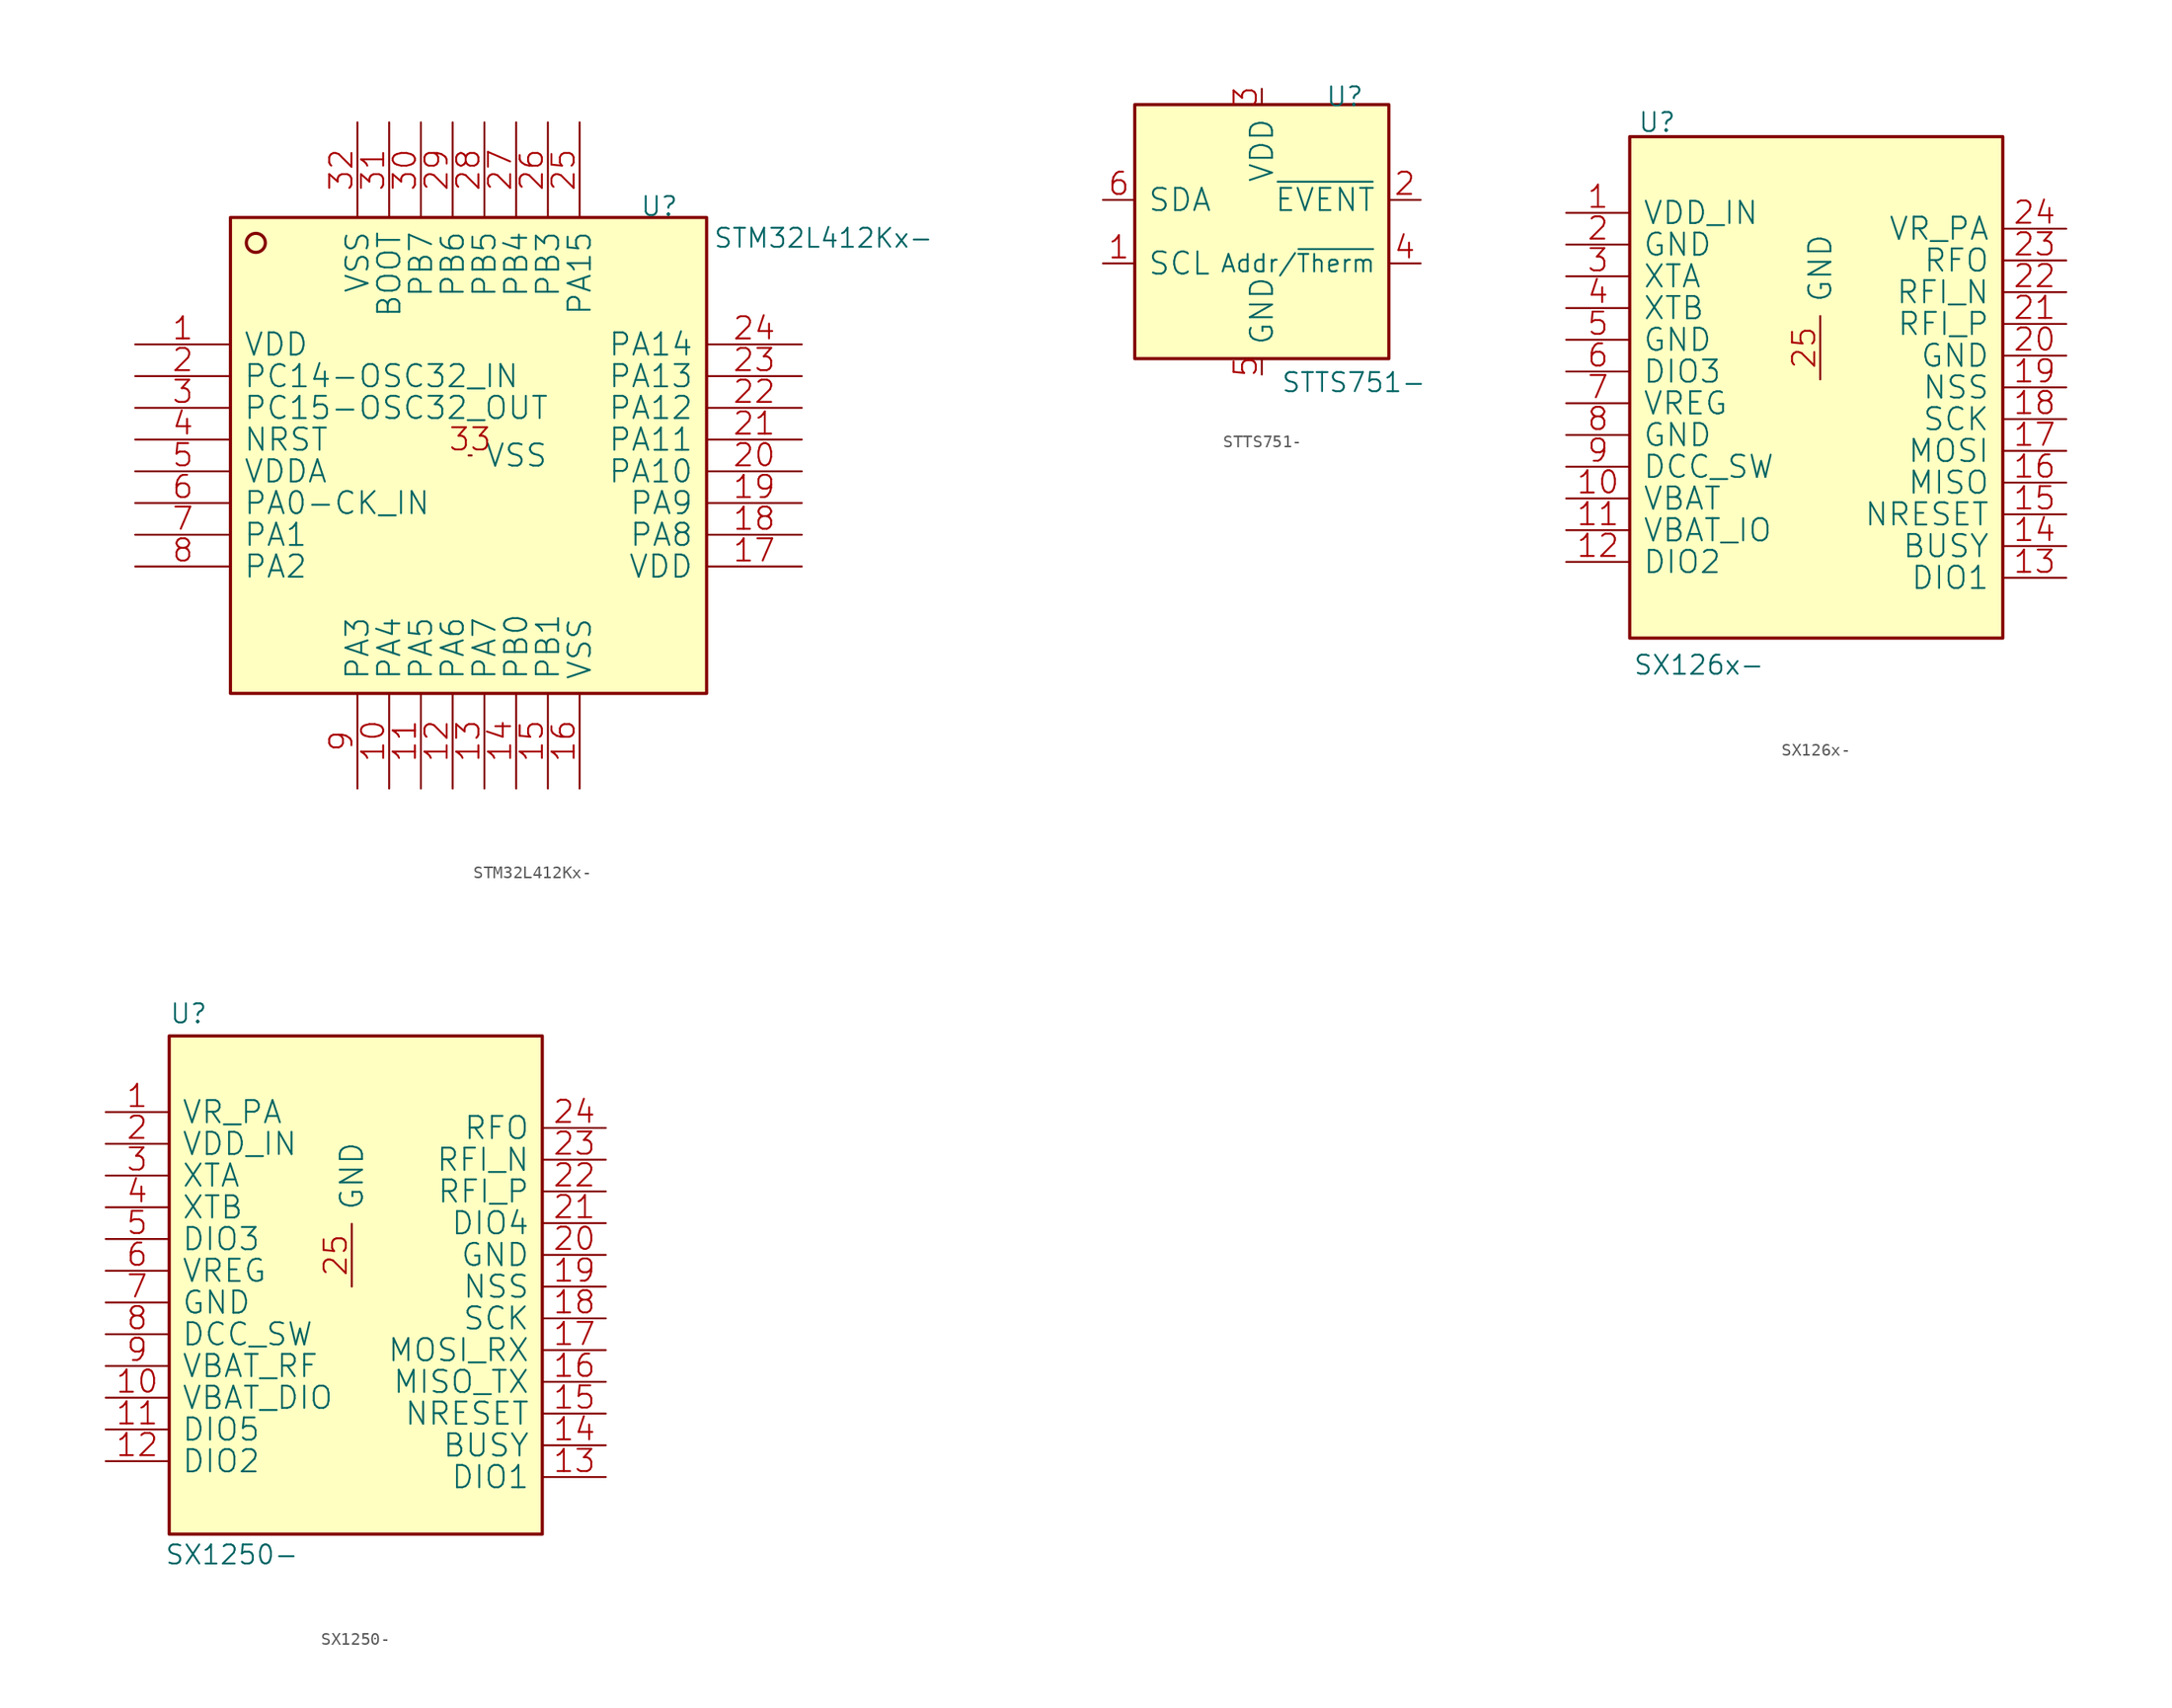
<source format=kicad_sym>
(kicad_symbol_lib
  (version 20211014)
  (generator kicad_symbol_editor)
  (symbol "STM32L412Kx-"
    (pin_names
      (offset 1.016))
    (property "Reference" "U"
      (at 32.766 0 0)
      (effects (font (size 1.524 1.524)) (justify left bottom)))
    (property "Value" "STM32L412Kx-"
      (at 38.608 -2.54 0)
      (effects (font (size 1.524 1.524)) (justify left bottom)))
    (symbol "STM32L412Kx-_0_1"
      (rectangle (start 0 -38.1) (end 38.1 0) (stroke (width 0.254) (type default) (color 0 0 0 0)) (fill (type background)))
      (circle (center 2.032 -2.032) (radius 0.762) (stroke (width 0.254) (type default) (color 0 0 0 0)) (fill (type none)))
      (pin passive line (at -7.62 -10.16 0) (length 7.62) (name "VDD" (effects (font (size 1.778 1.778)))) (number "1" (effects (font (size 1.778 1.778)))))
      (pin bidirectional line (at 12.7 -45.72 90) (length 7.62) (name "PA4" (effects (font (size 1.778 1.778)))) (number "10" (effects (font (size 1.778 1.778)))))
      (pin input line (at 15.24 -45.72 90) (length 7.62) (name "PA5" (effects (font (size 1.778 1.778)))) (number "11" (effects (font (size 1.778 1.778)))))
      (pin bidirectional line (at 17.78 -45.72 90) (length 7.62) (name "PA6" (effects (font (size 1.778 1.778)))) (number "12" (effects (font (size 1.778 1.778)))))
      (pin bidirectional line (at 20.32 -45.72 90) (length 7.62) (name "PA7" (effects (font (size 1.778 1.778)))) (number "13" (effects (font (size 1.778 1.778)))))
      (pin bidirectional line (at 22.86 -45.72 90) (length 7.62) (name "PB0" (effects (font (size 1.778 1.778)))) (number "14" (effects (font (size 1.778 1.778)))))
      (pin bidirectional line (at 25.4 -45.72 90) (length 7.62) (name "PB1" (effects (font (size 1.778 1.778)))) (number "15" (effects (font (size 1.778 1.778)))))
      (pin power_in line (at 27.94 -45.72 90) (length 7.62) (name "VSS" (effects (font (size 1.778 1.778)))) (number "16" (effects (font (size 1.778 1.778)))))
      (pin power_in line (at 45.72 -27.94 180) (length 7.62) (name "VDD" (effects (font (size 1.778 1.778)))) (number "17" (effects (font (size 1.778 1.778)))))
      (pin bidirectional line (at 45.72 -25.4 180) (length 7.62) (name "PA8" (effects (font (size 1.778 1.778)))) (number "18" (effects (font (size 1.778 1.778)))))
      (pin bidirectional line (at 45.72 -22.86 180) (length 7.62) (name "PA9" (effects (font (size 1.778 1.778)))) (number "19" (effects (font (size 1.778 1.778)))))
      (pin bidirectional line (at -7.62 -12.7 0) (length 7.62) (name "PC14-OSC32_IN" (effects (font (size 1.778 1.778)))) (number "2" (effects (font (size 1.778 1.778)))))
      (pin bidirectional line (at 45.72 -20.32 180) (length 7.62) (name "PA10" (effects (font (size 1.778 1.778)))) (number "20" (effects (font (size 1.778 1.778)))))
      (pin bidirectional line (at 45.72 -17.78 180) (length 7.62) (name "PA11" (effects (font (size 1.778 1.778)))) (number "21" (effects (font (size 1.778 1.778)))))
      (pin bidirectional line (at 45.72 -15.24 180) (length 7.62) (name "PA12" (effects (font (size 1.778 1.778)))) (number "22" (effects (font (size 1.778 1.778)))))
      (pin bidirectional line (at 45.72 -12.7 180) (length 7.62) (name "PA13" (effects (font (size 1.778 1.778)))) (number "23" (effects (font (size 1.778 1.778)))))
      (pin bidirectional line (at 45.72 -10.16 180) (length 7.62) (name "PA14" (effects (font (size 1.778 1.778)))) (number "24" (effects (font (size 1.778 1.778)))))
      (pin bidirectional line (at 27.94 7.62 270) (length 7.62) (name "PA15" (effects (font (size 1.778 1.778)))) (number "25" (effects (font (size 1.778 1.778)))))
      (pin bidirectional line (at 25.4 7.62 270) (length 7.62) (name "PB3" (effects (font (size 1.778 1.778)))) (number "26" (effects (font (size 1.778 1.778)))))
      (pin bidirectional line (at 22.86 7.62 270) (length 7.62) (name "PB4" (effects (font (size 1.778 1.778)))) (number "27" (effects (font (size 1.778 1.778)))))
      (pin bidirectional line (at 20.32 7.62 270) (length 7.62) (name "PB5" (effects (font (size 1.778 1.778)))) (number "28" (effects (font (size 1.778 1.778)))))
      (pin bidirectional line (at 17.78 7.62 270) (length 7.62) (name "PB6" (effects (font (size 1.778 1.778)))) (number "29" (effects (font (size 1.778 1.778)))))
      (pin bidirectional line (at -7.62 -15.24 0) (length 7.62) (name "PC15-OSC32_OUT" (effects (font (size 1.778 1.778)))) (number "3" (effects (font (size 1.778 1.778)))))
      (pin bidirectional line (at 15.24 7.62 270) (length 7.62) (name "PB7" (effects (font (size 1.778 1.778)))) (number "30" (effects (font (size 1.778 1.778)))))
      (pin bidirectional line (at 12.7 7.62 270) (length 7.62) (name "BOOT" (effects (font (size 1.778 1.778)))) (number "31" (effects (font (size 1.778 1.778)))))
      (pin power_in line (at 10.16 7.62 270) (length 7.62) (name "VSS" (effects (font (size 1.778 1.778)))) (number "32" (effects (font (size 1.778 1.778)))))
      (pin power_in line (at 19.05 -19.05 0) (length 0.254) (name "VSS" (effects (font (size 1.778 1.778)))) (number "33" (effects (font (size 1.778 1.778)))))
      (pin bidirectional line (at -7.62 -17.78 0) (length 7.62) (name "NRST" (effects (font (size 1.778 1.778)))) (number "4" (effects (font (size 1.778 1.778)))))
      (pin power_in line (at -7.62 -20.32 0) (length 7.62) (name "VDDA" (effects (font (size 1.778 1.778)))) (number "5" (effects (font (size 1.778 1.778)))))
      (pin bidirectional line (at -7.62 -22.86 0) (length 7.62) (name "PA0-CK_IN" (effects (font (size 1.778 1.778)))) (number "6" (effects (font (size 1.778 1.778)))))
      (pin bidirectional line (at -7.62 -25.4 0) (length 7.62) (name "PA1" (effects (font (size 1.778 1.778)))) (number "7" (effects (font (size 1.778 1.778)))))
      (pin bidirectional line (at -7.62 -27.94 0) (length 7.62) (name "PA2" (effects (font (size 1.778 1.778)))) (number "8" (effects (font (size 1.778 1.778)))))
      (pin bidirectional line (at 10.16 -45.72 90) (length 7.62) (name "PA3" (effects (font (size 1.778 1.778)))) (number "9" (effects (font (size 1.778 1.778)))))))
  (symbol "STTS751-"
    (pin_names
      (offset 1.016))
    (property "Reference" "U"
      (at 15.24 20.066 0)
      (effects (font (size 1.524 1.524)) (justify left bottom)))
    (property "Value" "STTS751-"
      (at 11.684 -2.794 0)
      (effects (font (size 1.524 1.524)) (justify left bottom)))
    (symbol "STTS751-_0_1"
      (rectangle (start 0 0) (end 20.32 20.32) (stroke (width 0.254) (type default) (color 0 0 0 0)) (fill (type background)))
      (pin passive line (at -2.54 7.62 0) (length 2.54) (name "SCL" (effects (font (size 1.778 1.778)))) (number "1" (effects (font (size 1.778 1.778)))))
      (pin passive line (at 22.86 12.7 180) (length 2.54) (name "~{EVENT}" (effects (font (size 1.778 1.778)))) (number "2" (effects (font (size 1.778 1.778)))))
      (pin power_in line (at 10.16 21.59 270) (length 1.27) (name "VDD" (effects (font (size 1.778 1.778)))) (number "3" (effects (font (size 1.778 1.778)))))
      (pin passive line (at 22.86 7.62 180) (length 2.54) (name "Addr/~{Therm}" (effects (font (size 1.397 1.397)))) (number "4" (effects (font (size 1.778 1.778)))))
      (pin power_in line (at 10.16 -1.27 90) (length 1.27) (name "GND" (effects (font (size 1.778 1.778)))) (number "5" (effects (font (size 1.778 1.778)))))
      (pin bidirectional line (at -2.54 12.7 0) (length 2.54) (name "SDA" (effects (font (size 1.778 1.778)))) (number "6" (effects (font (size 1.778 1.778)))))))
  (symbol "SX126x-"
    (pin_names
      (offset 1.016))
    (property "Reference" "U"
      (at -14.605 20.32 0)
      (effects (font (size 1.524 1.524)) (justify left bottom)))
    (property "Value" "SX126x-"
      (at -14.986 -23.114 0)
      (effects (font (size 1.524 1.524)) (justify left bottom)))
    (symbol "SX126x-_0_1"
      (rectangle (start -15.24 -20.066) (end 14.605 20.066) (stroke (width 0.254) (type default) (color 0 0 0 0)) (fill (type background)))
      (pin power_in line (at -20.32 13.97 0) (length 5.08) (name "VDD_IN" (effects (font (size 1.778 1.778)))) (number "1" (effects (font (size 1.778 1.778)))))
      (pin power_in line (at -20.32 -8.89 0) (length 5.08) (name "VBAT" (effects (font (size 1.778 1.778)))) (number "10" (effects (font (size 1.778 1.778)))))
      (pin power_in line (at -20.32 -11.43 0) (length 5.08) (name "VBAT_IO" (effects (font (size 1.778 1.778)))) (number "11" (effects (font (size 1.778 1.778)))))
      (pin passive line (at -20.32 -13.97 0) (length 5.08) (name "DIO2" (effects (font (size 1.778 1.778)))) (number "12" (effects (font (size 1.778 1.778)))))
      (pin passive line (at 19.685 -15.24 180) (length 5.08) (name "DIO1" (effects (font (size 1.778 1.778)))) (number "13" (effects (font (size 1.778 1.778)))))
      (pin passive line (at 19.685 -12.7 180) (length 5.08) (name "BUSY" (effects (font (size 1.778 1.778)))) (number "14" (effects (font (size 1.778 1.778)))))
      (pin passive line (at 19.685 -10.16 180) (length 5.08) (name "NRESET" (effects (font (size 1.778 1.778)))) (number "15" (effects (font (size 1.778 1.778)))))
      (pin passive line (at 19.685 -7.62 180) (length 5.08) (name "MISO" (effects (font (size 1.778 1.778)))) (number "16" (effects (font (size 1.778 1.778)))))
      (pin passive line (at 19.685 -5.08 180) (length 5.08) (name "MOSI" (effects (font (size 1.778 1.778)))) (number "17" (effects (font (size 1.778 1.778)))))
      (pin passive line (at 19.685 -2.54 180) (length 5.08) (name "SCK" (effects (font (size 1.778 1.778)))) (number "18" (effects (font (size 1.778 1.778)))))
      (pin passive line (at 19.685 0 180) (length 5.08) (name "NSS" (effects (font (size 1.778 1.778)))) (number "19" (effects (font (size 1.778 1.778)))))
      (pin passive line (at -20.32 11.43 0) (length 5.08) (name "GND" (effects (font (size 1.778 1.778)))) (number "2" (effects (font (size 1.778 1.778)))))
      (pin passive line (at 19.685 2.54 180) (length 5.08) (name "GND" (effects (font (size 1.778 1.778)))) (number "20" (effects (font (size 1.778 1.778)))))
      (pin passive line (at 19.685 5.08 180) (length 5.08) (name "RFI_P" (effects (font (size 1.778 1.778)))) (number "21" (effects (font (size 1.778 1.778)))))
      (pin passive line (at 19.685 7.62 180) (length 5.08) (name "RFI_N" (effects (font (size 1.778 1.778)))) (number "22" (effects (font (size 1.778 1.778)))))
      (pin passive line (at 19.685 10.16 180) (length 5.08) (name "RFO" (effects (font (size 1.778 1.778)))) (number "23" (effects (font (size 1.778 1.778)))))
      (pin power_in line (at 19.685 12.7 180) (length 5.08) (name "VR_PA" (effects (font (size 1.778 1.778)))) (number "24" (effects (font (size 1.778 1.778)))))
      (pin passive line (at 0 0.635 90) (length 5.08) (name "GND" (effects (font (size 1.778 1.778)))) (number "25" (effects (font (size 1.778 1.778)))))
      (pin passive line (at -20.32 8.89 0) (length 5.08) (name "XTA" (effects (font (size 1.778 1.778)))) (number "3" (effects (font (size 1.778 1.778)))))
      (pin passive line (at -20.32 6.35 0) (length 5.08) (name "XTB" (effects (font (size 1.778 1.778)))) (number "4" (effects (font (size 1.778 1.778)))))
      (pin passive line (at -20.32 3.81 0) (length 5.08) (name "GND" (effects (font (size 1.778 1.778)))) (number "5" (effects (font (size 1.778 1.778)))))
      (pin passive line (at -20.32 1.27 0) (length 5.08) (name "DIO3" (effects (font (size 1.778 1.778)))) (number "6" (effects (font (size 1.778 1.778)))))
      (pin power_in line (at -20.32 -1.27 0) (length 5.08) (name "VREG" (effects (font (size 1.778 1.778)))) (number "7" (effects (font (size 1.778 1.778)))))
      (pin passive line (at -20.32 -3.81 0) (length 5.08) (name "GND" (effects (font (size 1.778 1.778)))) (number "8" (effects (font (size 1.778 1.778)))))
      (pin power_out line (at -20.32 -6.35 0) (length 5.08) (name "DCC_SW" (effects (font (size 1.778 1.778)))) (number "9" (effects (font (size 1.778 1.778)))))))
  (symbol "SX1250-"
    (pin_names
      (offset 1.016))
    (property "Reference" "U"
      (at -14.605 20.955 0)
      (effects (font (size 1.524 1.524)) (justify left bottom)))
    (property "Value" "SX1250-"
      (at -14.986 -22.352 0)
      (effects (font (size 1.524 1.524)) (justify left bottom)))
    (symbol "SX1250-_0_1"
      (rectangle (start -14.605 -19.812) (end 15.24 20.066) (stroke (width 0.254) (type default) (color 0 0 0 0)) (fill (type background)))
      (pin power_out line (at -19.685 13.97 0) (length 5.029) (name "VR_PA" (effects (font (size 1.778 1.778)))) (number "1" (effects (font (size 1.778 1.778)))))
      (pin power_in line (at -19.685 -8.89 0) (length 5.029) (name "VBAT_DIO" (effects (font (size 1.778 1.778)))) (number "10" (effects (font (size 1.778 1.778)))))
      (pin passive line (at -19.685 -11.43 0) (length 5.029) (name "DIO5" (effects (font (size 1.778 1.778)))) (number "11" (effects (font (size 1.778 1.778)))))
      (pin passive line (at -19.685 -13.97 0) (length 5.029) (name "DIO2" (effects (font (size 1.778 1.778)))) (number "12" (effects (font (size 1.778 1.778)))))
      (pin passive line (at 20.32 -15.24 180) (length 5.029) (name "DIO1" (effects (font (size 1.778 1.778)))) (number "13" (effects (font (size 1.778 1.778)))))
      (pin passive line (at 20.32 -12.7 180) (length 5.029) (name "BUSY" (effects (font (size 1.778 1.778)))) (number "14" (effects (font (size 1.778 1.778)))))
      (pin passive line (at 20.32 -10.16 180) (length 5.029) (name "NRESET" (effects (font (size 1.778 1.778)))) (number "15" (effects (font (size 1.778 1.778)))))
      (pin passive line (at 20.32 -7.62 180) (length 5.029) (name "MISO_TX" (effects (font (size 1.778 1.778)))) (number "16" (effects (font (size 1.778 1.778)))))
      (pin passive line (at 20.32 -5.08 180) (length 5.029) (name "MOSI_RX" (effects (font (size 1.778 1.778)))) (number "17" (effects (font (size 1.778 1.778)))))
      (pin passive line (at 20.32 -2.54 180) (length 5.029) (name "SCK" (effects (font (size 1.778 1.778)))) (number "18" (effects (font (size 1.778 1.778)))))
      (pin passive line (at 20.32 0 180) (length 5.029) (name "NSS" (effects (font (size 1.778 1.778)))) (number "19" (effects (font (size 1.778 1.778)))))
      (pin passive line (at -19.685 11.43 0) (length 5.029) (name "VDD_IN" (effects (font (size 1.778 1.778)))) (number "2" (effects (font (size 1.778 1.778)))))
      (pin power_in line (at 20.32 2.54 180) (length 5.029) (name "GND" (effects (font (size 1.778 1.778)))) (number "20" (effects (font (size 1.778 1.778)))))
      (pin passive line (at 20.32 5.08 180) (length 5.029) (name "DIO4" (effects (font (size 1.778 1.778)))) (number "21" (effects (font (size 1.778 1.778)))))
      (pin passive line (at 20.32 7.62 180) (length 5.029) (name "RFI_P" (effects (font (size 1.778 1.778)))) (number "22" (effects (font (size 1.778 1.778)))))
      (pin passive line (at 20.32 10.16 180) (length 5.029) (name "RFI_N" (effects (font (size 1.778 1.778)))) (number "23" (effects (font (size 1.778 1.778)))))
      (pin passive line (at 20.32 12.7 180) (length 5.029) (name "RFO" (effects (font (size 1.778 1.778)))) (number "24" (effects (font (size 1.778 1.778)))))
      (pin power_in line (at 0 0 90) (length 5.029) (name "GND" (effects (font (size 1.778 1.778)))) (number "25" (effects (font (size 1.778 1.778)))))
      (pin passive line (at -19.685 8.89 0) (length 5.029) (name "XTA" (effects (font (size 1.778 1.778)))) (number "3" (effects (font (size 1.778 1.778)))))
      (pin passive line (at -19.685 6.35 0) (length 5.029) (name "XTB" (effects (font (size 1.778 1.778)))) (number "4" (effects (font (size 1.778 1.778)))))
      (pin passive line (at -19.685 3.81 0) (length 5.029) (name "DIO3" (effects (font (size 1.778 1.778)))) (number "5" (effects (font (size 1.778 1.778)))))
      (pin power_in line (at -19.685 1.27 0) (length 5.029) (name "VREG" (effects (font (size 1.778 1.778)))) (number "6" (effects (font (size 1.778 1.778)))))
      (pin power_in line (at -19.685 -1.27 0) (length 5.029) (name "GND" (effects (font (size 1.778 1.778)))) (number "7" (effects (font (size 1.778 1.778)))))
      (pin passive line (at -19.685 -3.81 0) (length 5.029) (name "DCC_SW" (effects (font (size 1.778 1.778)))) (number "8" (effects (font (size 1.778 1.778)))))
      (pin power_in line (at -19.685 -6.35 0) (length 5.029) (name "VBAT_RF" (effects (font (size 1.778 1.778)))) (number "9" (effects (font (size 1.778 1.778))))))))
</source>
